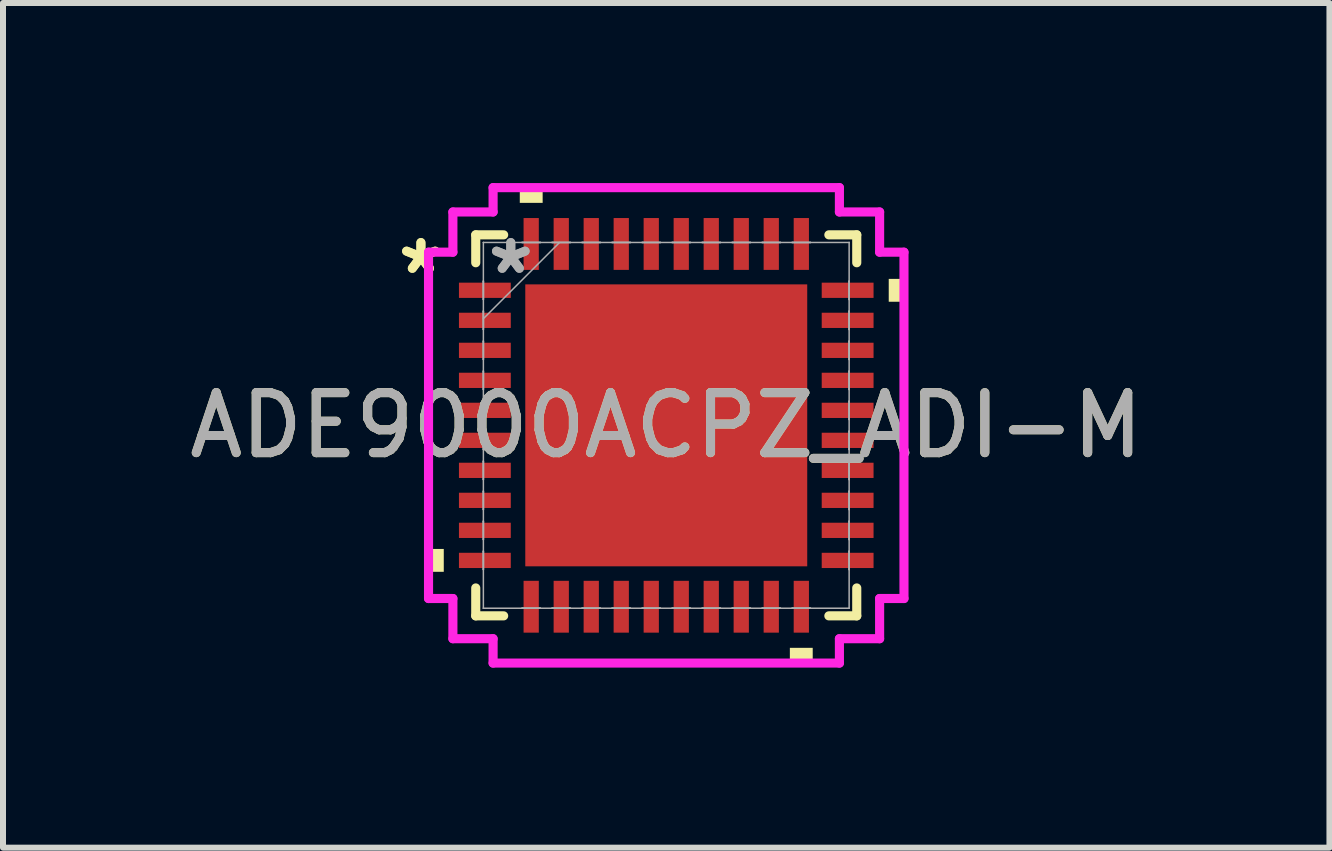
<source format=kicad_pcb>
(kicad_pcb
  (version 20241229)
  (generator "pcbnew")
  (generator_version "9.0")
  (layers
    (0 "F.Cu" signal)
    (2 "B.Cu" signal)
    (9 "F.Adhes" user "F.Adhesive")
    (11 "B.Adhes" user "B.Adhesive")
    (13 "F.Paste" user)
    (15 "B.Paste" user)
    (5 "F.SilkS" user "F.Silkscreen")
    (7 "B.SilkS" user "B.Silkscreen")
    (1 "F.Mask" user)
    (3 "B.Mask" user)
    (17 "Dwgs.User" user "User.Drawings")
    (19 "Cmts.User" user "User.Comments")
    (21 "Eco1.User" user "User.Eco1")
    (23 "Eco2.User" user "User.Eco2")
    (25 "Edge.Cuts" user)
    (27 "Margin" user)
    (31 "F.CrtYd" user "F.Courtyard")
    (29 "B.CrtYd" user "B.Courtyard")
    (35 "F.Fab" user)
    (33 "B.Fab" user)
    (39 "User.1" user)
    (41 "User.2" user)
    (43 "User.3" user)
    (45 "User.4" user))
  (footprint "ADE9000ACPZ_ADI-M"
    (layer "F.Cu")
    (at 8.054 4.039)
    (property "Reference" "ADE9000ACPZ_ADI-M" (at 0 0 0) (unlocked yes) (layer "F.SilkS") (effects (font (size 1 1) (thickness 0.15))))
    (attr smd)
    (fp_line (start -3.175 -3.175) (end -3.175 -2.71) (stroke (width 0.152) (type solid)) (layer "F.SilkS"))
    (fp_line (start -3.175 2.71) (end -3.175 3.175) (stroke (width 0.152) (type solid)) (layer "F.SilkS"))
    (fp_line (start -3.175 3.175) (end -2.71 3.175) (stroke (width 0.152) (type solid)) (layer "F.SilkS"))
    (fp_line (start -2.71 -3.175) (end -3.175 -3.175) (stroke (width 0.152) (type solid)) (layer "F.SilkS"))
    (fp_line (start 2.71 3.175) (end 3.175 3.175) (stroke (width 0.152) (type solid)) (layer "F.SilkS"))
    (fp_line (start 3.175 -3.175) (end 2.71 -3.175) (stroke (width 0.152) (type solid)) (layer "F.SilkS"))
    (fp_line (start 3.175 -2.71) (end 3.175 -3.175) (stroke (width 0.152) (type solid)) (layer "F.SilkS"))
    (fp_line (start 3.175 3.175) (end 3.175 2.71) (stroke (width 0.152) (type solid)) (layer "F.SilkS"))
    (fp_poly (pts (xy -3.962 2.06) (xy -3.962 2.441) (xy -3.708 2.441) (xy -3.708 2.06)) (stroke (width 0) (type solid)) (fill yes) (layer "F.SilkS"))
    (fp_poly (pts (xy -2.441 -3.708) (xy -2.441 -3.962) (xy -2.06 -3.962) (xy -2.06 -3.708)) (stroke (width 0) (type solid)) (fill yes) (layer "F.SilkS"))
    (fp_poly (pts (xy 2.06 3.708) (xy 2.06 3.962) (xy 2.441 3.962) (xy 2.441 3.708)) (stroke (width 0) (type solid)) (fill yes) (layer "F.SilkS"))
    (fp_poly (pts (xy 3.962 -2.441) (xy 3.962 -2.06) (xy 3.708 -2.06) (xy 3.708 -2.441)) (stroke (width 0) (type solid)) (fill yes) (layer "F.SilkS"))
    (fp_poly (pts (xy -2.249 -2.249) (xy -2.249 -0.883) (xy -0.883 -0.883) (xy -0.883 -2.249)) (stroke (width 0) (type solid)) (fill yes) (layer "F.Paste"))
    (fp_poly (pts (xy -2.249 -0.683) (xy -2.249 0.683) (xy -0.883 0.683) (xy -0.883 -0.683)) (stroke (width 0) (type solid)) (fill yes) (layer "F.Paste"))
    (fp_poly (pts (xy -2.249 0.883) (xy -2.249 2.249) (xy -0.883 2.249) (xy -0.883 0.883)) (stroke (width 0) (type solid)) (fill yes) (layer "F.Paste"))
    (fp_poly (pts (xy -0.683 -2.249) (xy -0.683 -0.883) (xy 0.683 -0.883) (xy 0.683 -2.249)) (stroke (width 0) (type solid)) (fill yes) (layer "F.Paste"))
    (fp_poly (pts (xy -0.683 -0.683) (xy -0.683 0.683) (xy 0.683 0.683) (xy 0.683 -0.683)) (stroke (width 0) (type solid)) (fill yes) (layer "F.Paste"))
    (fp_poly (pts (xy -0.683 0.883) (xy -0.683 2.249) (xy 0.683 2.249) (xy 0.683 0.883)) (stroke (width 0) (type solid)) (fill yes) (layer "F.Paste"))
    (fp_poly (pts (xy 0.883 -2.249) (xy 0.883 -0.883) (xy 2.249 -0.883) (xy 2.249 -2.249)) (stroke (width 0) (type solid)) (fill yes) (layer "F.Paste"))
    (fp_poly (pts (xy 0.883 -0.683) (xy 0.883 0.683) (xy 2.249 0.683) (xy 2.249 -0.683)) (stroke (width 0) (type solid)) (fill yes) (layer "F.Paste"))
    (fp_poly (pts (xy 0.883 0.883) (xy 0.883 2.249) (xy 2.249 2.249) (xy 2.249 0.883)) (stroke (width 0) (type solid)) (fill yes) (layer "F.Paste"))
    (fp_line (start -3.962 -2.886) (end -3.556 -2.886) (stroke (width 0.152) (type solid)) (layer "F.CrtYd"))
    (fp_line (start -3.962 2.886) (end -3.962 -2.886) (stroke (width 0.152) (type solid)) (layer "F.CrtYd"))
    (fp_line (start -3.556 -3.556) (end -2.886 -3.556) (stroke (width 0.152) (type solid)) (layer "F.CrtYd"))
    (fp_line (start -3.556 -2.886) (end -3.556 -3.556) (stroke (width 0.152) (type solid)) (layer "F.CrtYd"))
    (fp_line (start -3.556 2.886) (end -3.962 2.886) (stroke (width 0.152) (type solid)) (layer "F.CrtYd"))
    (fp_line (start -3.556 3.556) (end -3.556 2.886) (stroke (width 0.152) (type solid)) (layer "F.CrtYd"))
    (fp_line (start -2.886 -3.962) (end 2.886 -3.962) (stroke (width 0.152) (type solid)) (layer "F.CrtYd"))
    (fp_line (start -2.886 -3.556) (end -2.886 -3.962) (stroke (width 0.152) (type solid)) (layer "F.CrtYd"))
    (fp_line (start -2.886 3.556) (end -3.556 3.556) (stroke (width 0.152) (type solid)) (layer "F.CrtYd"))
    (fp_line (start -2.886 3.962) (end -2.886 3.556) (stroke (width 0.152) (type solid)) (layer "F.CrtYd"))
    (fp_line (start 2.886 -3.962) (end 2.886 -3.556) (stroke (width 0.152) (type solid)) (layer "F.CrtYd"))
    (fp_line (start 2.886 -3.556) (end 3.556 -3.556) (stroke (width 0.152) (type solid)) (layer "F.CrtYd"))
    (fp_line (start 2.886 3.556) (end 2.886 3.962) (stroke (width 0.152) (type solid)) (layer "F.CrtYd"))
    (fp_line (start 2.886 3.962) (end -2.886 3.962) (stroke (width 0.152) (type solid)) (layer "F.CrtYd"))
    (fp_line (start 3.556 -3.556) (end 3.556 -2.886) (stroke (width 0.152) (type solid)) (layer "F.CrtYd"))
    (fp_line (start 3.556 -2.886) (end 3.962 -2.886) (stroke (width 0.152) (type solid)) (layer "F.CrtYd"))
    (fp_line (start 3.556 2.886) (end 3.556 3.556) (stroke (width 0.152) (type solid)) (layer "F.CrtYd"))
    (fp_line (start 3.556 3.556) (end 2.886 3.556) (stroke (width 0.152) (type solid)) (layer "F.CrtYd"))
    (fp_line (start 3.962 -2.886) (end 3.962 2.886) (stroke (width 0.152) (type solid)) (layer "F.CrtYd"))
    (fp_line (start 3.962 2.886) (end 3.556 2.886) (stroke (width 0.152) (type solid)) (layer "F.CrtYd"))
    (fp_line (start -3.048 -3.048) (end -3.048 -3.048) (stroke (width 0.025) (type solid)) (layer "F.Fab"))
    (fp_line (start -3.048 -3.048) (end -3.048 3.048) (stroke (width 0.025) (type solid)) (layer "F.Fab"))
    (fp_line (start -3.048 -2.403) (end -3.048 -2.403) (stroke (width 0.025) (type solid)) (layer "F.Fab"))
    (fp_line (start -3.048 -2.403) (end -3.048 -2.098) (stroke (width 0.025) (type solid)) (layer "F.Fab"))
    (fp_line (start -3.048 -2.098) (end -3.048 -2.403) (stroke (width 0.025) (type solid)) (layer "F.Fab"))
    (fp_line (start -3.048 -2.098) (end -3.048 -2.098) (stroke (width 0.025) (type solid)) (layer "F.Fab"))
    (fp_line (start -3.048 -1.903) (end -3.048 -1.903) (stroke (width 0.025) (type solid)) (layer "F.Fab"))
    (fp_line (start -3.048 -1.903) (end -3.048 -1.598) (stroke (width 0.025) (type solid)) (layer "F.Fab"))
    (fp_line (start -3.048 -1.778) (end -1.778 -3.048) (stroke (width 0.025) (type solid)) (layer "F.Fab"))
    (fp_line (start -3.048 -1.598) (end -3.048 -1.903) (stroke (width 0.025) (type solid)) (layer "F.Fab"))
    (fp_line (start -3.048 -1.598) (end -3.048 -1.598) (stroke (width 0.025) (type solid)) (layer "F.Fab"))
    (fp_line (start -3.048 -1.403) (end -3.048 -1.403) (stroke (width 0.025) (type solid)) (layer "F.Fab"))
    (fp_line (start -3.048 -1.403) (end -3.048 -1.098) (stroke (width 0.025) (type solid)) (layer "F.Fab"))
    (fp_line (start -3.048 -1.098) (end -3.048 -1.403) (stroke (width 0.025) (type solid)) (layer "F.Fab"))
    (fp_line (start -3.048 -1.098) (end -3.048 -1.098) (stroke (width 0.025) (type solid)) (layer "F.Fab"))
    (fp_line (start -3.048 -0.903) (end -3.048 -0.903) (stroke (width 0.025) (type solid)) (layer "F.Fab"))
    (fp_line (start -3.048 -0.903) (end -3.048 -0.598) (stroke (width 0.025) (type solid)) (layer "F.Fab"))
    (fp_line (start -3.048 -0.598) (end -3.048 -0.903) (stroke (width 0.025) (type solid)) (layer "F.Fab"))
    (fp_line (start -3.048 -0.598) (end -3.048 -0.598) (stroke (width 0.025) (type solid)) (layer "F.Fab"))
    (fp_line (start -3.048 -0.402) (end -3.048 -0.402) (stroke (width 0.025) (type solid)) (layer "F.Fab"))
    (fp_line (start -3.048 -0.402) (end -3.048 -0.098) (stroke (width 0.025) (type solid)) (layer "F.Fab"))
    (fp_line (start -3.048 -0.098) (end -3.048 -0.402) (stroke (width 0.025) (type solid)) (layer "F.Fab"))
    (fp_line (start -3.048 -0.098) (end -3.048 -0.098) (stroke (width 0.025) (type solid)) (layer "F.Fab"))
    (fp_line (start -3.048 0.098) (end -3.048 0.098) (stroke (width 0.025) (type solid)) (layer "F.Fab"))
    (fp_line (start -3.048 0.098) (end -3.048 0.402) (stroke (width 0.025) (type solid)) (layer "F.Fab"))
    (fp_line (start -3.048 0.402) (end -3.048 0.098) (stroke (width 0.025) (type solid)) (layer "F.Fab"))
    (fp_line (start -3.048 0.402) (end -3.048 0.402) (stroke (width 0.025) (type solid)) (layer "F.Fab"))
    (fp_line (start -3.048 0.598) (end -3.048 0.598) (stroke (width 0.025) (type solid)) (layer "F.Fab"))
    (fp_line (start -3.048 0.598) (end -3.048 0.903) (stroke (width 0.025) (type solid)) (layer "F.Fab"))
    (fp_line (start -3.048 0.903) (end -3.048 0.598) (stroke (width 0.025) (type solid)) (layer "F.Fab"))
    (fp_line (start -3.048 0.903) (end -3.048 0.903) (stroke (width 0.025) (type solid)) (layer "F.Fab"))
    (fp_line (start -3.048 1.098) (end -3.048 1.098) (stroke (width 0.025) (type solid)) (layer "F.Fab"))
    (fp_line (start -3.048 1.098) (end -3.048 1.403) (stroke (width 0.025) (type solid)) (layer "F.Fab"))
    (fp_line (start -3.048 1.403) (end -3.048 1.098) (stroke (width 0.025) (type solid)) (layer "F.Fab"))
    (fp_line (start -3.048 1.403) (end -3.048 1.403) (stroke (width 0.025) (type solid)) (layer "F.Fab"))
    (fp_line (start -3.048 1.598) (end -3.048 1.598) (stroke (width 0.025) (type solid)) (layer "F.Fab"))
    (fp_line (start -3.048 1.598) (end -3.048 1.903) (stroke (width 0.025) (type solid)) (layer "F.Fab"))
    (fp_line (start -3.048 1.903) (end -3.048 1.598) (stroke (width 0.025) (type solid)) (layer "F.Fab"))
    (fp_line (start -3.048 1.903) (end -3.048 1.903) (stroke (width 0.025) (type solid)) (layer "F.Fab"))
    (fp_line (start -3.048 2.098) (end -3.048 2.098) (stroke (width 0.025) (type solid)) (layer "F.Fab"))
    (fp_line (start -3.048 2.098) (end -3.048 2.403) (stroke (width 0.025) (type solid)) (layer "F.Fab"))
    (fp_line (start -3.048 2.403) (end -3.048 2.098) (stroke (width 0.025) (type solid)) (layer "F.Fab"))
    (fp_line (start -3.048 2.403) (end -3.048 2.403) (stroke (width 0.025) (type solid)) (layer "F.Fab"))
    (fp_line (start -3.048 3.048) (end -3.048 3.048) (stroke (width 0.025) (type solid)) (layer "F.Fab"))
    (fp_line (start -3.048 3.048) (end 3.048 3.048) (stroke (width 0.025) (type solid)) (layer "F.Fab"))
    (fp_line (start -2.403 -3.048) (end -2.403 -3.048) (stroke (width 0.025) (type solid)) (layer "F.Fab"))
    (fp_line (start -2.403 -3.048) (end -2.098 -3.048) (stroke (width 0.025) (type solid)) (layer "F.Fab"))
    (fp_line (start -2.403 3.048) (end -2.403 3.048) (stroke (width 0.025) (type solid)) (layer "F.Fab"))
    (fp_line (start -2.403 3.048) (end -2.098 3.048) (stroke (width 0.025) (type solid)) (layer "F.Fab"))
    (fp_line (start -2.098 -3.048) (end -2.403 -3.048) (stroke (width 0.025) (type solid)) (layer "F.Fab"))
    (fp_line (start -2.098 -3.048) (end -2.098 -3.048) (stroke (width 0.025) (type solid)) (layer "F.Fab"))
    (fp_line (start -2.098 3.048) (end -2.403 3.048) (stroke (width 0.025) (type solid)) (layer "F.Fab"))
    (fp_line (start -2.098 3.048) (end -2.098 3.048) (stroke (width 0.025) (type solid)) (layer "F.Fab"))
    (fp_line (start -1.903 -3.048) (end -1.903 -3.048) (stroke (width 0.025) (type solid)) (layer "F.Fab"))
    (fp_line (start -1.903 -3.048) (end -1.598 -3.048) (stroke (width 0.025) (type solid)) (layer "F.Fab"))
    (fp_line (start -1.903 3.048) (end -1.903 3.048) (stroke (width 0.025) (type solid)) (layer "F.Fab"))
    (fp_line (start -1.903 3.048) (end -1.598 3.048) (stroke (width 0.025) (type solid)) (layer "F.Fab"))
    (fp_line (start -1.598 -3.048) (end -1.903 -3.048) (stroke (width 0.025) (type solid)) (layer "F.Fab"))
    (fp_line (start -1.598 -3.048) (end -1.598 -3.048) (stroke (width 0.025) (type solid)) (layer "F.Fab"))
    (fp_line (start -1.598 3.048) (end -1.903 3.048) (stroke (width 0.025) (type solid)) (layer "F.Fab"))
    (fp_line (start -1.598 3.048) (end -1.598 3.048) (stroke (width 0.025) (type solid)) (layer "F.Fab"))
    (fp_line (start -1.403 -3.048) (end -1.403 -3.048) (stroke (width 0.025) (type solid)) (layer "F.Fab"))
    (fp_line (start -1.403 -3.048) (end -1.098 -3.048) (stroke (width 0.025) (type solid)) (layer "F.Fab"))
    (fp_line (start -1.403 3.048) (end -1.403 3.048) (stroke (width 0.025) (type solid)) (layer "F.Fab"))
    (fp_line (start -1.403 3.048) (end -1.098 3.048) (stroke (width 0.025) (type solid)) (layer "F.Fab"))
    (fp_line (start -1.098 -3.048) (end -1.403 -3.048) (stroke (width 0.025) (type solid)) (layer "F.Fab"))
    (fp_line (start -1.098 -3.048) (end -1.098 -3.048) (stroke (width 0.025) (type solid)) (layer "F.Fab"))
    (fp_line (start -1.098 3.048) (end -1.403 3.048) (stroke (width 0.025) (type solid)) (layer "F.Fab"))
    (fp_line (start -1.098 3.048) (end -1.098 3.048) (stroke (width 0.025) (type solid)) (layer "F.Fab"))
    (fp_line (start -0.903 -3.048) (end -0.903 -3.048) (stroke (width 0.025) (type solid)) (layer "F.Fab"))
    (fp_line (start -0.903 -3.048) (end -0.598 -3.048) (stroke (width 0.025) (type solid)) (layer "F.Fab"))
    (fp_line (start -0.903 3.048) (end -0.903 3.048) (stroke (width 0.025) (type solid)) (layer "F.Fab"))
    (fp_line (start -0.903 3.048) (end -0.598 3.048) (stroke (width 0.025) (type solid)) (layer "F.Fab"))
    (fp_line (start -0.598 -3.048) (end -0.903 -3.048) (stroke (width 0.025) (type solid)) (layer "F.Fab"))
    (fp_line (start -0.598 -3.048) (end -0.598 -3.048) (stroke (width 0.025) (type solid)) (layer "F.Fab"))
    (fp_line (start -0.598 3.048) (end -0.903 3.048) (stroke (width 0.025) (type solid)) (layer "F.Fab"))
    (fp_line (start -0.598 3.048) (end -0.598 3.048) (stroke (width 0.025) (type solid)) (layer "F.Fab"))
    (fp_line (start -0.402 -3.048) (end -0.402 -3.048) (stroke (width 0.025) (type solid)) (layer "F.Fab"))
    (fp_line (start -0.402 -3.048) (end -0.098 -3.048) (stroke (width 0.025) (type solid)) (layer "F.Fab"))
    (fp_line (start -0.402 3.048) (end -0.402 3.048) (stroke (width 0.025) (type solid)) (layer "F.Fab"))
    (fp_line (start -0.402 3.048) (end -0.098 3.048) (stroke (width 0.025) (type solid)) (layer "F.Fab"))
    (fp_line (start -0.098 -3.048) (end -0.402 -3.048) (stroke (width 0.025) (type solid)) (layer "F.Fab"))
    (fp_line (start -0.098 -3.048) (end -0.098 -3.048) (stroke (width 0.025) (type solid)) (layer "F.Fab"))
    (fp_line (start -0.098 3.048) (end -0.402 3.048) (stroke (width 0.025) (type solid)) (layer "F.Fab"))
    (fp_line (start -0.098 3.048) (end -0.098 3.048) (stroke (width 0.025) (type solid)) (layer "F.Fab"))
    (fp_line (start 0.098 -3.048) (end 0.098 -3.048) (stroke (width 0.025) (type solid)) (layer "F.Fab"))
    (fp_line (start 0.098 -3.048) (end 0.402 -3.048) (stroke (width 0.025) (type solid)) (layer "F.Fab"))
    (fp_line (start 0.098 3.048) (end 0.098 3.048) (stroke (width 0.025) (type solid)) (layer "F.Fab"))
    (fp_line (start 0.098 3.048) (end 0.402 3.048) (stroke (width 0.025) (type solid)) (layer "F.Fab"))
    (fp_line (start 0.402 -3.048) (end 0.098 -3.048) (stroke (width 0.025) (type solid)) (layer "F.Fab"))
    (fp_line (start 0.402 -3.048) (end 0.402 -3.048) (stroke (width 0.025) (type solid)) (layer "F.Fab"))
    (fp_line (start 0.402 3.048) (end 0.098 3.048) (stroke (width 0.025) (type solid)) (layer "F.Fab"))
    (fp_line (start 0.402 3.048) (end 0.402 3.048) (stroke (width 0.025) (type solid)) (layer "F.Fab"))
    (fp_line (start 0.598 -3.048) (end 0.598 -3.048) (stroke (width 0.025) (type solid)) (layer "F.Fab"))
    (fp_line (start 0.598 -3.048) (end 0.903 -3.048) (stroke (width 0.025) (type solid)) (layer "F.Fab"))
    (fp_line (start 0.598 3.048) (end 0.598 3.048) (stroke (width 0.025) (type solid)) (layer "F.Fab"))
    (fp_line (start 0.598 3.048) (end 0.903 3.048) (stroke (width 0.025) (type solid)) (layer "F.Fab"))
    (fp_line (start 0.903 -3.048) (end 0.598 -3.048) (stroke (width 0.025) (type solid)) (layer "F.Fab"))
    (fp_line (start 0.903 -3.048) (end 0.903 -3.048) (stroke (width 0.025) (type solid)) (layer "F.Fab"))
    (fp_line (start 0.903 3.048) (end 0.598 3.048) (stroke (width 0.025) (type solid)) (layer "F.Fab"))
    (fp_line (start 0.903 3.048) (end 0.903 3.048) (stroke (width 0.025) (type solid)) (layer "F.Fab"))
    (fp_line (start 1.098 -3.048) (end 1.098 -3.048) (stroke (width 0.025) (type solid)) (layer "F.Fab"))
    (fp_line (start 1.098 -3.048) (end 1.403 -3.048) (stroke (width 0.025) (type solid)) (layer "F.Fab"))
    (fp_line (start 1.098 3.048) (end 1.098 3.048) (stroke (width 0.025) (type solid)) (layer "F.Fab"))
    (fp_line (start 1.098 3.048) (end 1.403 3.048) (stroke (width 0.025) (type solid)) (layer "F.Fab"))
    (fp_line (start 1.403 -3.048) (end 1.098 -3.048) (stroke (width 0.025) (type solid)) (layer "F.Fab"))
    (fp_line (start 1.403 -3.048) (end 1.403 -3.048) (stroke (width 0.025) (type solid)) (layer "F.Fab"))
    (fp_line (start 1.403 3.048) (end 1.098 3.048) (stroke (width 0.025) (type solid)) (layer "F.Fab"))
    (fp_line (start 1.403 3.048) (end 1.403 3.048) (stroke (width 0.025) (type solid)) (layer "F.Fab"))
    (fp_line (start 1.598 -3.048) (end 1.598 -3.048) (stroke (width 0.025) (type solid)) (layer "F.Fab"))
    (fp_line (start 1.598 -3.048) (end 1.903 -3.048) (stroke (width 0.025) (type solid)) (layer "F.Fab"))
    (fp_line (start 1.598 3.048) (end 1.598 3.048) (stroke (width 0.025) (type solid)) (layer "F.Fab"))
    (fp_line (start 1.598 3.048) (end 1.903 3.048) (stroke (width 0.025) (type solid)) (layer "F.Fab"))
    (fp_line (start 1.903 -3.048) (end 1.598 -3.048) (stroke (width 0.025) (type solid)) (layer "F.Fab"))
    (fp_line (start 1.903 -3.048) (end 1.903 -3.048) (stroke (width 0.025) (type solid)) (layer "F.Fab"))
    (fp_line (start 1.903 3.048) (end 1.598 3.048) (stroke (width 0.025) (type solid)) (layer "F.Fab"))
    (fp_line (start 1.903 3.048) (end 1.903 3.048) (stroke (width 0.025) (type solid)) (layer "F.Fab"))
    (fp_line (start 2.098 -3.048) (end 2.098 -3.048) (stroke (width 0.025) (type solid)) (layer "F.Fab"))
    (fp_line (start 2.098 -3.048) (end 2.403 -3.048) (stroke (width 0.025) (type solid)) (layer "F.Fab"))
    (fp_line (start 2.098 3.048) (end 2.098 3.048) (stroke (width 0.025) (type solid)) (layer "F.Fab"))
    (fp_line (start 2.098 3.048) (end 2.403 3.048) (stroke (width 0.025) (type solid)) (layer "F.Fab"))
    (fp_line (start 2.403 -3.048) (end 2.098 -3.048) (stroke (width 0.025) (type solid)) (layer "F.Fab"))
    (fp_line (start 2.403 -3.048) (end 2.403 -3.048) (stroke (width 0.025) (type solid)) (layer "F.Fab"))
    (fp_line (start 2.403 3.048) (end 2.098 3.048) (stroke (width 0.025) (type solid)) (layer "F.Fab"))
    (fp_line (start 2.403 3.048) (end 2.403 3.048) (stroke (width 0.025) (type solid)) (layer "F.Fab"))
    (fp_line (start 3.048 -3.048) (end -3.048 -3.048) (stroke (width 0.025) (type solid)) (layer "F.Fab"))
    (fp_line (start 3.048 -3.048) (end 3.048 -3.048) (stroke (width 0.025) (type solid)) (layer "F.Fab"))
    (fp_line (start 3.048 -2.403) (end 3.048 -2.403) (stroke (width 0.025) (type solid)) (layer "F.Fab"))
    (fp_line (start 3.048 -2.403) (end 3.048 -2.098) (stroke (width 0.025) (type solid)) (layer "F.Fab"))
    (fp_line (start 3.048 -2.098) (end 3.048 -2.403) (stroke (width 0.025) (type solid)) (layer "F.Fab"))
    (fp_line (start 3.048 -2.098) (end 3.048 -2.098) (stroke (width 0.025) (type solid)) (layer "F.Fab"))
    (fp_line (start 3.048 -1.903) (end 3.048 -1.903) (stroke (width 0.025) (type solid)) (layer "F.Fab"))
    (fp_line (start 3.048 -1.903) (end 3.048 -1.598) (stroke (width 0.025) (type solid)) (layer "F.Fab"))
    (fp_line (start 3.048 -1.598) (end 3.048 -1.903) (stroke (width 0.025) (type solid)) (layer "F.Fab"))
    (fp_line (start 3.048 -1.598) (end 3.048 -1.598) (stroke (width 0.025) (type solid)) (layer "F.Fab"))
    (fp_line (start 3.048 -1.403) (end 3.048 -1.403) (stroke (width 0.025) (type solid)) (layer "F.Fab"))
    (fp_line (start 3.048 -1.403) (end 3.048 -1.098) (stroke (width 0.025) (type solid)) (layer "F.Fab"))
    (fp_line (start 3.048 -1.098) (end 3.048 -1.403) (stroke (width 0.025) (type solid)) (layer "F.Fab"))
    (fp_line (start 3.048 -1.098) (end 3.048 -1.098) (stroke (width 0.025) (type solid)) (layer "F.Fab"))
    (fp_line (start 3.048 -0.903) (end 3.048 -0.903) (stroke (width 0.025) (type solid)) (layer "F.Fab"))
    (fp_line (start 3.048 -0.903) (end 3.048 -0.598) (stroke (width 0.025) (type solid)) (layer "F.Fab"))
    (fp_line (start 3.048 -0.598) (end 3.048 -0.903) (stroke (width 0.025) (type solid)) (layer "F.Fab"))
    (fp_line (start 3.048 -0.598) (end 3.048 -0.598) (stroke (width 0.025) (type solid)) (layer "F.Fab"))
    (fp_line (start 3.048 -0.402) (end 3.048 -0.402) (stroke (width 0.025) (type solid)) (layer "F.Fab"))
    (fp_line (start 3.048 -0.402) (end 3.048 -0.098) (stroke (width 0.025) (type solid)) (layer "F.Fab"))
    (fp_line (start 3.048 -0.098) (end 3.048 -0.402) (stroke (width 0.025) (type solid)) (layer "F.Fab"))
    (fp_line (start 3.048 -0.098) (end 3.048 -0.098) (stroke (width 0.025) (type solid)) (layer "F.Fab"))
    (fp_line (start 3.048 0.098) (end 3.048 0.098) (stroke (width 0.025) (type solid)) (layer "F.Fab"))
    (fp_line (start 3.048 0.098) (end 3.048 0.402) (stroke (width 0.025) (type solid)) (layer "F.Fab"))
    (fp_line (start 3.048 0.402) (end 3.048 0.098) (stroke (width 0.025) (type solid)) (layer "F.Fab"))
    (fp_line (start 3.048 0.402) (end 3.048 0.402) (stroke (width 0.025) (type solid)) (layer "F.Fab"))
    (fp_line (start 3.048 0.598) (end 3.048 0.598) (stroke (width 0.025) (type solid)) (layer "F.Fab"))
    (fp_line (start 3.048 0.598) (end 3.048 0.903) (stroke (width 0.025) (type solid)) (layer "F.Fab"))
    (fp_line (start 3.048 0.903) (end 3.048 0.598) (stroke (width 0.025) (type solid)) (layer "F.Fab"))
    (fp_line (start 3.048 0.903) (end 3.048 0.903) (stroke (width 0.025) (type solid)) (layer "F.Fab"))
    (fp_line (start 3.048 1.098) (end 3.048 1.098) (stroke (width 0.025) (type solid)) (layer "F.Fab"))
    (fp_line (start 3.048 1.098) (end 3.048 1.403) (stroke (width 0.025) (type solid)) (layer "F.Fab"))
    (fp_line (start 3.048 1.403) (end 3.048 1.098) (stroke (width 0.025) (type solid)) (layer "F.Fab"))
    (fp_line (start 3.048 1.403) (end 3.048 1.403) (stroke (width 0.025) (type solid)) (layer "F.Fab"))
    (fp_line (start 3.048 1.598) (end 3.048 1.598) (stroke (width 0.025) (type solid)) (layer "F.Fab"))
    (fp_line (start 3.048 1.598) (end 3.048 1.903) (stroke (width 0.025) (type solid)) (layer "F.Fab"))
    (fp_line (start 3.048 1.903) (end 3.048 1.598) (stroke (width 0.025) (type solid)) (layer "F.Fab"))
    (fp_line (start 3.048 1.903) (end 3.048 1.903) (stroke (width 0.025) (type solid)) (layer "F.Fab"))
    (fp_line (start 3.048 2.098) (end 3.048 2.098) (stroke (width 0.025) (type solid)) (layer "F.Fab"))
    (fp_line (start 3.048 2.098) (end 3.048 2.403) (stroke (width 0.025) (type solid)) (layer "F.Fab"))
    (fp_line (start 3.048 2.403) (end 3.048 2.098) (stroke (width 0.025) (type solid)) (layer "F.Fab"))
    (fp_line (start 3.048 2.403) (end 3.048 2.403) (stroke (width 0.025) (type solid)) (layer "F.Fab"))
    (fp_line (start 3.048 3.048) (end 3.048 -3.048) (stroke (width 0.025) (type solid)) (layer "F.Fab"))
    (fp_line (start 3.048 3.048) (end 3.048 3.048) (stroke (width 0.025) (type solid)) (layer "F.Fab"))
    (fp_text user "*" (at -4.089 -2.501 0) (layer "F.SilkS") (effects (font (size 1 1) (thickness 0.15))))
    (fp_text user "*" (at -4.089 -2.501 0) (unlocked yes) (layer "F.SilkS") (effects (font (size 1 1) (thickness 0.15))))
    (fp_text user "*" (at -2.591 -2.501 0) (layer "F.Fab") (effects (font (size 1 1) (thickness 0.15))))
    (fp_text user "*" (at -2.591 -2.501 0) (unlocked yes) (layer "F.Fab") (effects (font (size 1 1) (thickness 0.15))))
    (fp_text user "${REFERENCE}" (at 0 0 0) (unlocked yes) (layer "F.Fab") (effects (font (size 1 1) (thickness 0.15))))
    (pad "1" smd rect (at -3.023 -2.251 90) (size 0.254 0.864) (layers "F.Cu" "F.Mask" "F.Paste"))
    (pad "2" smd rect (at -3.023 -1.75 90) (size 0.254 0.864) (layers "F.Cu" "F.Mask" "F.Paste"))
    (pad "3" smd rect (at -3.023 -1.25 90) (size 0.254 0.864) (layers "F.Cu" "F.Mask" "F.Paste"))
    (pad "4" smd rect (at -3.023 -0.75 90) (size 0.254 0.864) (layers "F.Cu" "F.Mask" "F.Paste"))
    (pad "5" smd rect (at -3.023 -0.25 90) (size 0.254 0.864) (layers "F.Cu" "F.Mask" "F.Paste"))
    (pad "6" smd rect (at -3.023 0.25 90) (size 0.254 0.864) (layers "F.Cu" "F.Mask" "F.Paste"))
    (pad "7" smd rect (at -3.023 0.75 90) (size 0.254 0.864) (layers "F.Cu" "F.Mask" "F.Paste"))
    (pad "8" smd rect (at -3.023 1.25 90) (size 0.254 0.864) (layers "F.Cu" "F.Mask" "F.Paste"))
    (pad "9" smd rect (at -3.023 1.75 90) (size 0.254 0.864) (layers "F.Cu" "F.Mask" "F.Paste"))
    (pad "10" smd rect (at -3.023 2.251 90) (size 0.254 0.864) (layers "F.Cu" "F.Mask" "F.Paste"))
    (pad "11" smd rect (at -2.251 3.023) (size 0.254 0.864) (layers "F.Cu" "F.Mask" "F.Paste"))
    (pad "12" smd rect (at -1.75 3.023) (size 0.254 0.864) (layers "F.Cu" "F.Mask" "F.Paste"))
    (pad "13" smd rect (at -1.25 3.023) (size 0.254 0.864) (layers "F.Cu" "F.Mask" "F.Paste"))
    (pad "14" smd rect (at -0.75 3.023) (size 0.254 0.864) (layers "F.Cu" "F.Mask" "F.Paste"))
    (pad "15" smd rect (at -0.25 3.023) (size 0.254 0.864) (layers "F.Cu" "F.Mask" "F.Paste"))
    (pad "16" smd rect (at 0.25 3.023) (size 0.254 0.864) (layers "F.Cu" "F.Mask" "F.Paste"))
    (pad "17" smd rect (at 0.75 3.023) (size 0.254 0.864) (layers "F.Cu" "F.Mask" "F.Paste"))
    (pad "18" smd rect (at 1.25 3.023) (size 0.254 0.864) (layers "F.Cu" "F.Mask" "F.Paste"))
    (pad "19" smd rect (at 1.75 3.023) (size 0.254 0.864) (layers "F.Cu" "F.Mask" "F.Paste"))
    (pad "20" smd rect (at 2.251 3.023) (size 0.254 0.864) (layers "F.Cu" "F.Mask" "F.Paste"))
    (pad "21" smd rect (at 3.023 2.251 90) (size 0.254 0.864) (layers "F.Cu" "F.Mask" "F.Paste"))
    (pad "22" smd rect (at 3.023 1.75 90) (size 0.254 0.864) (layers "F.Cu" "F.Mask" "F.Paste"))
    (pad "23" smd rect (at 3.023 1.25 90) (size 0.254 0.864) (layers "F.Cu" "F.Mask" "F.Paste"))
    (pad "24" smd rect (at 3.023 0.75 90) (size 0.254 0.864) (layers "F.Cu" "F.Mask" "F.Paste"))
    (pad "25" smd rect (at 3.023 0.25 90) (size 0.254 0.864) (layers "F.Cu" "F.Mask" "F.Paste"))
    (pad "26" smd rect (at 3.023 -0.25 90) (size 0.254 0.864) (layers "F.Cu" "F.Mask" "F.Paste"))
    (pad "27" smd rect (at 3.023 -0.75 90) (size 0.254 0.864) (layers "F.Cu" "F.Mask" "F.Paste"))
    (pad "28" smd rect (at 3.023 -1.25 90) (size 0.254 0.864) (layers "F.Cu" "F.Mask" "F.Paste"))
    (pad "29" smd rect (at 3.023 -1.75 90) (size 0.254 0.864) (layers "F.Cu" "F.Mask" "F.Paste"))
    (pad "30" smd rect (at 3.023 -2.251 90) (size 0.254 0.864) (layers "F.Cu" "F.Mask" "F.Paste"))
    (pad "31" smd rect (at 2.251 -3.023) (size 0.254 0.864) (layers "F.Cu" "F.Mask" "F.Paste"))
    (pad "32" smd rect (at 1.75 -3.023) (size 0.254 0.864) (layers "F.Cu" "F.Mask" "F.Paste"))
    (pad "33" smd rect (at 1.25 -3.023) (size 0.254 0.864) (layers "F.Cu" "F.Mask" "F.Paste"))
    (pad "34" smd rect (at 0.75 -3.023) (size 0.254 0.864) (layers "F.Cu" "F.Mask" "F.Paste"))
    (pad "35" smd rect (at 0.25 -3.023) (size 0.254 0.864) (layers "F.Cu" "F.Mask" "F.Paste"))
    (pad "36" smd rect (at -0.25 -3.023) (size 0.254 0.864) (layers "F.Cu" "F.Mask" "F.Paste"))
    (pad "37" smd rect (at -0.75 -3.023) (size 0.254 0.864) (layers "F.Cu" "F.Mask" "F.Paste"))
    (pad "38" smd rect (at -1.25 -3.023) (size 0.254 0.864) (layers "F.Cu" "F.Mask" "F.Paste"))
    (pad "39" smd rect (at -1.75 -3.023) (size 0.254 0.864) (layers "F.Cu" "F.Mask" "F.Paste"))
    (pad "40" smd rect (at -2.251 -3.023) (size 0.254 0.864) (layers "F.Cu" "F.Mask" "F.Paste"))
    (pad "41" smd rect (at 0 0) (size 4.699 4.699) (layers "F.Cu" "F.Mask")))
  (gr_rect
    (start -3 -3)
    (end 19.107 11.077)
    (stroke (width 0.1) (type default))
    (fill no)
    (layer "Edge.Cuts")))
</source>
